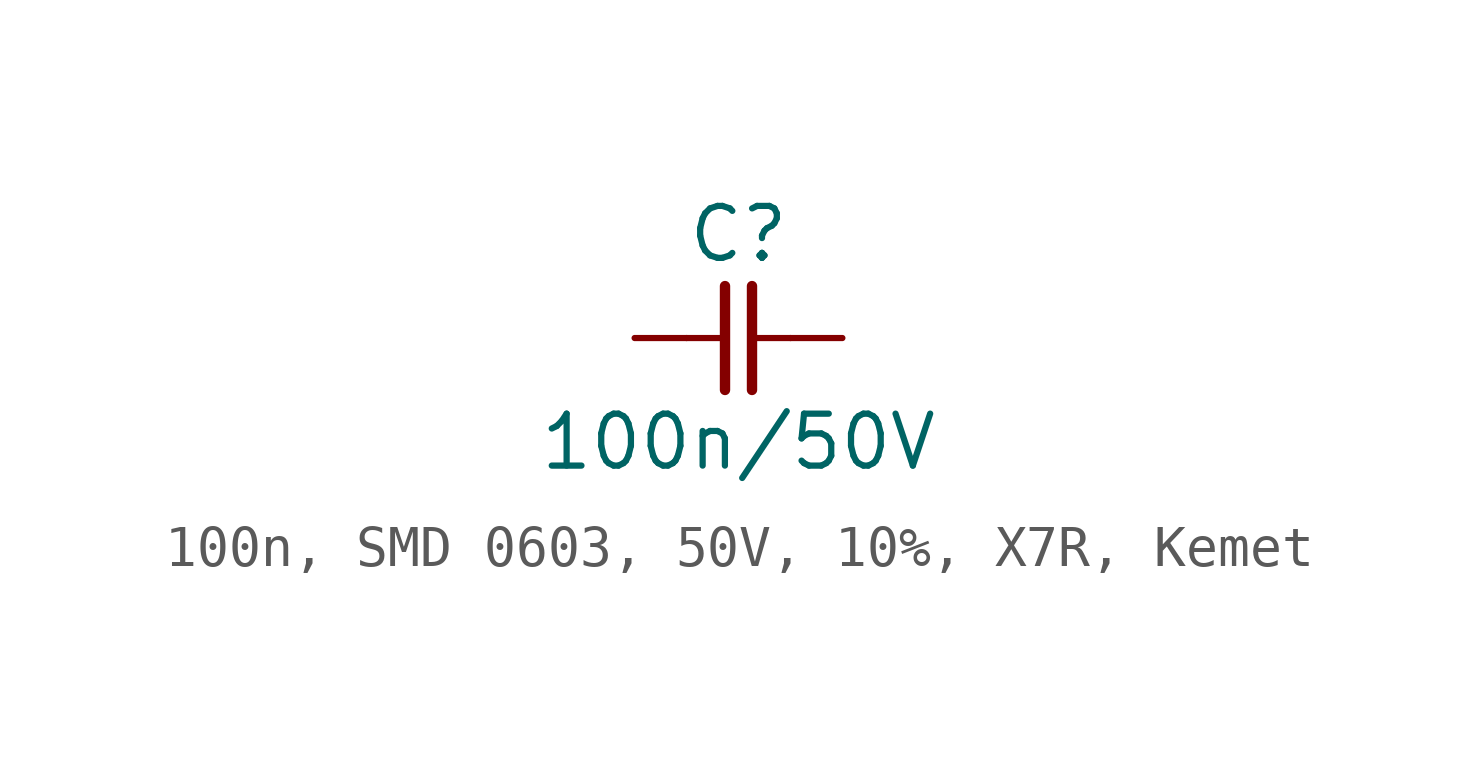
<source format=kicad_sym>
(kicad_symbol_lib
  (version 20241209)
  (generator "kicad_symbol_editor")
  (generator_version "9.0")
  (symbol "100n, SMD 0603, 50V, 10%, X7R, Kemet"
    (pin_numbers
      (hide yes))
    (pin_names
      (offset 0)
      (hide yes))
    (property "Reference" "C"
      (at 0 2.54 0)
      (effects (font (size 1.27 1.27))))
    (property "Value" "100n/50V"
      (at 0 -2.54 0)
      (effects (font (size 1.27 1.27))))
    (symbol "100n, SMD 0603, 50V, 10%, X7R, Kemet_0_1"
      (polyline (pts (xy -0.33 1.27) (xy -0.33 -1.27)) (stroke (width 0.254) (type default)) (fill (type none)))
      (polyline (pts (xy -0.318 0) (xy -1.27 0)) (stroke (width 0) (type default)) (fill (type none)))
      (polyline (pts (xy 0.33 1.27) (xy 0.33 -1.27)) (stroke (width 0.254) (type default)) (fill (type none)))
      (polyline (pts (xy 1.27 0) (xy 0.318 0)) (stroke (width 0) (type default)) (fill (type none))))
    (symbol "100n, SMD 0603, 50V, 10%, X7R, Kemet_1_1"
      (pin passive line (at -2.54 0 0) (length 1.27) (name "1" (effects (font (size 1.27 1.27)))) (number "1" (effects (font (size 1.27 1.27)))))
      (pin passive line (at 2.54 0 180) (length 1.27) (name "2" (effects (font (size 1.27 1.27)))) (number "2" (effects (font (size 1.27 1.27))))))))
</source>
